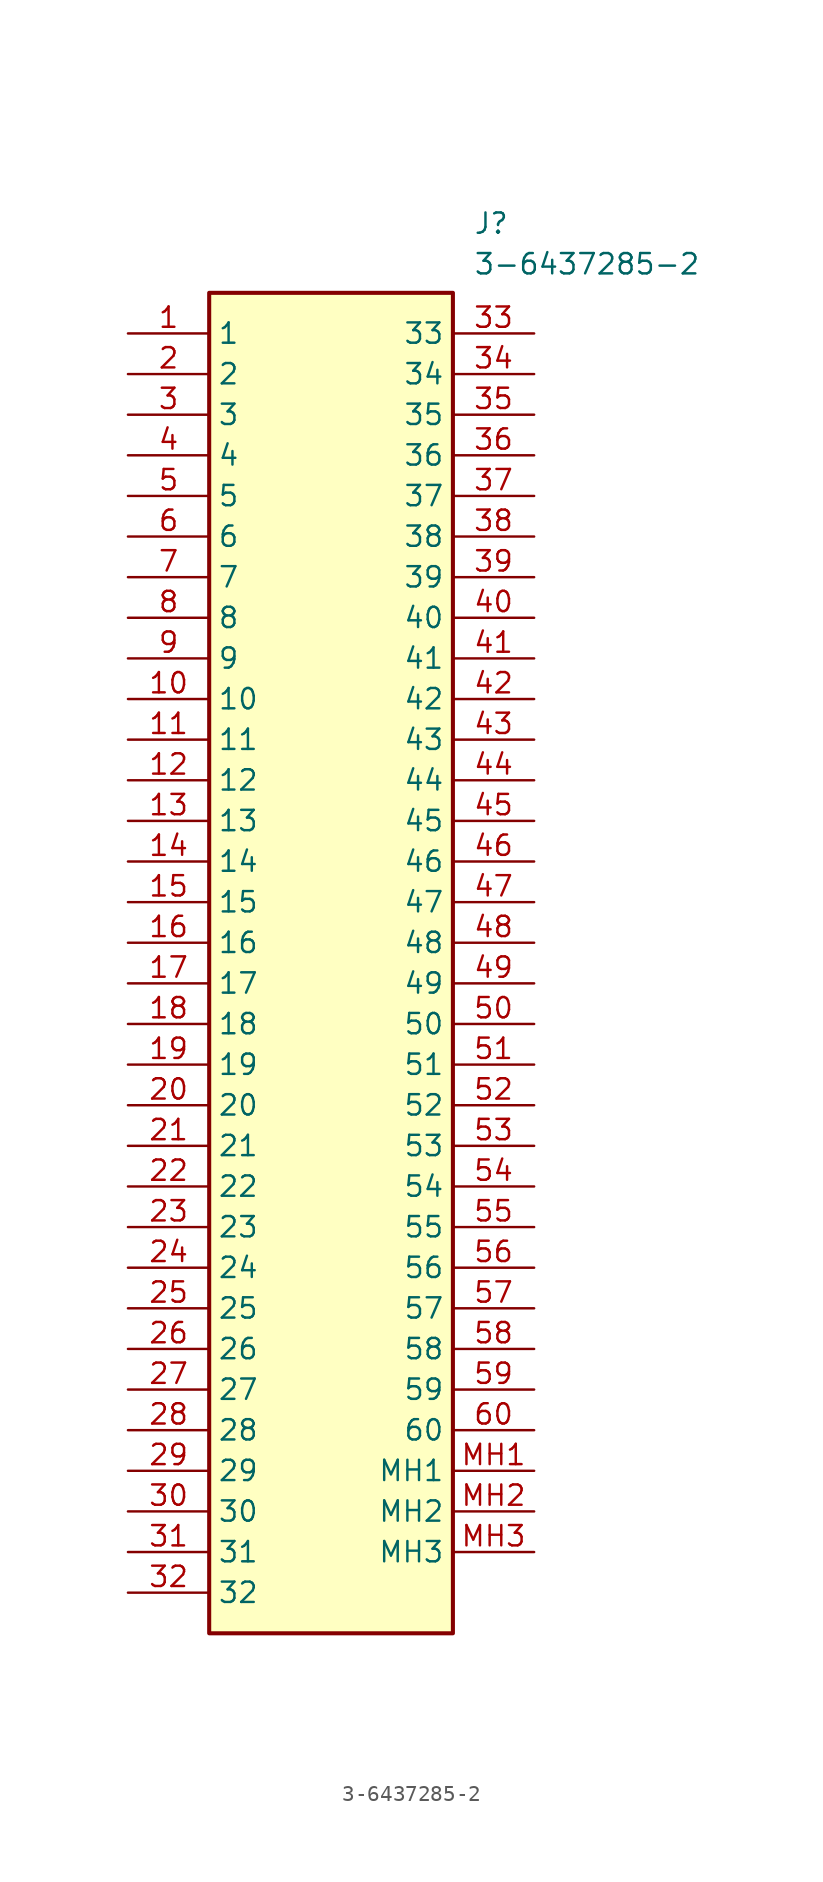
<source format=kicad_sym>
(kicad_symbol_lib
  (version 20211014)
  (generator SamacSys_ECAD_Model)
  (symbol "3-6437285-2"
    (property "Reference" "J"
      (at 21.59 7.62 0)
      (effects (font (size 1.27 1.27)) (justify left top)))
    (property "Value" "3-6437285-2"
      (at 21.59 5.08 0)
      (effects (font (size 1.27 1.27)) (justify left top)))
    (rectangle
      (start 5.08 2.54)
      (end 20.32 -81.28)
      (stroke (width 0.254) (type default))
      (fill (type background)))
    (pin passive line
      (at 0 0 0)
      (length 5.08)
      (name "1" (effects (font (size 1.27 1.27))))
      (number "1" (effects (font (size 1.27 1.27)))))
    (pin passive line
      (at 0 -2.54 0)
      (length 5.08)
      (name "2" (effects (font (size 1.27 1.27))))
      (number "2" (effects (font (size 1.27 1.27)))))
    (pin passive line
      (at 0 -5.08 0)
      (length 5.08)
      (name "3" (effects (font (size 1.27 1.27))))
      (number "3" (effects (font (size 1.27 1.27)))))
    (pin passive line
      (at 0 -7.62 0)
      (length 5.08)
      (name "4" (effects (font (size 1.27 1.27))))
      (number "4" (effects (font (size 1.27 1.27)))))
    (pin passive line
      (at 0 -10.16 0)
      (length 5.08)
      (name "5" (effects (font (size 1.27 1.27))))
      (number "5" (effects (font (size 1.27 1.27)))))
    (pin passive line
      (at 0 -12.7 0)
      (length 5.08)
      (name "6" (effects (font (size 1.27 1.27))))
      (number "6" (effects (font (size 1.27 1.27)))))
    (pin passive line
      (at 0 -15.24 0)
      (length 5.08)
      (name "7" (effects (font (size 1.27 1.27))))
      (number "7" (effects (font (size 1.27 1.27)))))
    (pin passive line
      (at 0 -17.78 0)
      (length 5.08)
      (name "8" (effects (font (size 1.27 1.27))))
      (number "8" (effects (font (size 1.27 1.27)))))
    (pin passive line
      (at 0 -20.32 0)
      (length 5.08)
      (name "9" (effects (font (size 1.27 1.27))))
      (number "9" (effects (font (size 1.27 1.27)))))
    (pin passive line
      (at 0 -22.86 0)
      (length 5.08)
      (name "10" (effects (font (size 1.27 1.27))))
      (number "10" (effects (font (size 1.27 1.27)))))
    (pin passive line
      (at 0 -25.4 0)
      (length 5.08)
      (name "11" (effects (font (size 1.27 1.27))))
      (number "11" (effects (font (size 1.27 1.27)))))
    (pin passive line
      (at 0 -27.94 0)
      (length 5.08)
      (name "12" (effects (font (size 1.27 1.27))))
      (number "12" (effects (font (size 1.27 1.27)))))
    (pin passive line
      (at 0 -30.48 0)
      (length 5.08)
      (name "13" (effects (font (size 1.27 1.27))))
      (number "13" (effects (font (size 1.27 1.27)))))
    (pin passive line
      (at 0 -33.02 0)
      (length 5.08)
      (name "14" (effects (font (size 1.27 1.27))))
      (number "14" (effects (font (size 1.27 1.27)))))
    (pin passive line
      (at 0 -35.56 0)
      (length 5.08)
      (name "15" (effects (font (size 1.27 1.27))))
      (number "15" (effects (font (size 1.27 1.27)))))
    (pin passive line
      (at 0 -38.1 0)
      (length 5.08)
      (name "16" (effects (font (size 1.27 1.27))))
      (number "16" (effects (font (size 1.27 1.27)))))
    (pin passive line
      (at 0 -40.64 0)
      (length 5.08)
      (name "17" (effects (font (size 1.27 1.27))))
      (number "17" (effects (font (size 1.27 1.27)))))
    (pin passive line
      (at 0 -43.18 0)
      (length 5.08)
      (name "18" (effects (font (size 1.27 1.27))))
      (number "18" (effects (font (size 1.27 1.27)))))
    (pin passive line
      (at 0 -45.72 0)
      (length 5.08)
      (name "19" (effects (font (size 1.27 1.27))))
      (number "19" (effects (font (size 1.27 1.27)))))
    (pin passive line
      (at 0 -48.26 0)
      (length 5.08)
      (name "20" (effects (font (size 1.27 1.27))))
      (number "20" (effects (font (size 1.27 1.27)))))
    (pin passive line
      (at 0 -50.8 0)
      (length 5.08)
      (name "21" (effects (font (size 1.27 1.27))))
      (number "21" (effects (font (size 1.27 1.27)))))
    (pin passive line
      (at 0 -53.34 0)
      (length 5.08)
      (name "22" (effects (font (size 1.27 1.27))))
      (number "22" (effects (font (size 1.27 1.27)))))
    (pin passive line
      (at 0 -55.88 0)
      (length 5.08)
      (name "23" (effects (font (size 1.27 1.27))))
      (number "23" (effects (font (size 1.27 1.27)))))
    (pin passive line
      (at 0 -58.42 0)
      (length 5.08)
      (name "24" (effects (font (size 1.27 1.27))))
      (number "24" (effects (font (size 1.27 1.27)))))
    (pin passive line
      (at 0 -60.96 0)
      (length 5.08)
      (name "25" (effects (font (size 1.27 1.27))))
      (number "25" (effects (font (size 1.27 1.27)))))
    (pin passive line
      (at 0 -63.5 0)
      (length 5.08)
      (name "26" (effects (font (size 1.27 1.27))))
      (number "26" (effects (font (size 1.27 1.27)))))
    (pin passive line
      (at 0 -66.04 0)
      (length 5.08)
      (name "27" (effects (font (size 1.27 1.27))))
      (number "27" (effects (font (size 1.27 1.27)))))
    (pin passive line
      (at 0 -68.58 0)
      (length 5.08)
      (name "28" (effects (font (size 1.27 1.27))))
      (number "28" (effects (font (size 1.27 1.27)))))
    (pin passive line
      (at 0 -71.12 0)
      (length 5.08)
      (name "29" (effects (font (size 1.27 1.27))))
      (number "29" (effects (font (size 1.27 1.27)))))
    (pin passive line
      (at 0 -73.66 0)
      (length 5.08)
      (name "30" (effects (font (size 1.27 1.27))))
      (number "30" (effects (font (size 1.27 1.27)))))
    (pin passive line
      (at 0 -76.2 0)
      (length 5.08)
      (name "31" (effects (font (size 1.27 1.27))))
      (number "31" (effects (font (size 1.27 1.27)))))
    (pin passive line
      (at 0 -78.74 0)
      (length 5.08)
      (name "32" (effects (font (size 1.27 1.27))))
      (number "32" (effects (font (size 1.27 1.27)))))
    (pin passive line
      (at 25.4 0 180)
      (length 5.08)
      (name "33" (effects (font (size 1.27 1.27))))
      (number "33" (effects (font (size 1.27 1.27)))))
    (pin passive line
      (at 25.4 -2.54 180)
      (length 5.08)
      (name "34" (effects (font (size 1.27 1.27))))
      (number "34" (effects (font (size 1.27 1.27)))))
    (pin passive line
      (at 25.4 -5.08 180)
      (length 5.08)
      (name "35" (effects (font (size 1.27 1.27))))
      (number "35" (effects (font (size 1.27 1.27)))))
    (pin passive line
      (at 25.4 -7.62 180)
      (length 5.08)
      (name "36" (effects (font (size 1.27 1.27))))
      (number "36" (effects (font (size 1.27 1.27)))))
    (pin passive line
      (at 25.4 -10.16 180)
      (length 5.08)
      (name "37" (effects (font (size 1.27 1.27))))
      (number "37" (effects (font (size 1.27 1.27)))))
    (pin passive line
      (at 25.4 -12.7 180)
      (length 5.08)
      (name "38" (effects (font (size 1.27 1.27))))
      (number "38" (effects (font (size 1.27 1.27)))))
    (pin passive line
      (at 25.4 -15.24 180)
      (length 5.08)
      (name "39" (effects (font (size 1.27 1.27))))
      (number "39" (effects (font (size 1.27 1.27)))))
    (pin passive line
      (at 25.4 -17.78 180)
      (length 5.08)
      (name "40" (effects (font (size 1.27 1.27))))
      (number "40" (effects (font (size 1.27 1.27)))))
    (pin passive line
      (at 25.4 -20.32 180)
      (length 5.08)
      (name "41" (effects (font (size 1.27 1.27))))
      (number "41" (effects (font (size 1.27 1.27)))))
    (pin passive line
      (at 25.4 -22.86 180)
      (length 5.08)
      (name "42" (effects (font (size 1.27 1.27))))
      (number "42" (effects (font (size 1.27 1.27)))))
    (pin passive line
      (at 25.4 -25.4 180)
      (length 5.08)
      (name "43" (effects (font (size 1.27 1.27))))
      (number "43" (effects (font (size 1.27 1.27)))))
    (pin passive line
      (at 25.4 -27.94 180)
      (length 5.08)
      (name "44" (effects (font (size 1.27 1.27))))
      (number "44" (effects (font (size 1.27 1.27)))))
    (pin passive line
      (at 25.4 -30.48 180)
      (length 5.08)
      (name "45" (effects (font (size 1.27 1.27))))
      (number "45" (effects (font (size 1.27 1.27)))))
    (pin passive line
      (at 25.4 -33.02 180)
      (length 5.08)
      (name "46" (effects (font (size 1.27 1.27))))
      (number "46" (effects (font (size 1.27 1.27)))))
    (pin passive line
      (at 25.4 -35.56 180)
      (length 5.08)
      (name "47" (effects (font (size 1.27 1.27))))
      (number "47" (effects (font (size 1.27 1.27)))))
    (pin passive line
      (at 25.4 -38.1 180)
      (length 5.08)
      (name "48" (effects (font (size 1.27 1.27))))
      (number "48" (effects (font (size 1.27 1.27)))))
    (pin passive line
      (at 25.4 -40.64 180)
      (length 5.08)
      (name "49" (effects (font (size 1.27 1.27))))
      (number "49" (effects (font (size 1.27 1.27)))))
    (pin passive line
      (at 25.4 -43.18 180)
      (length 5.08)
      (name "50" (effects (font (size 1.27 1.27))))
      (number "50" (effects (font (size 1.27 1.27)))))
    (pin passive line
      (at 25.4 -45.72 180)
      (length 5.08)
      (name "51" (effects (font (size 1.27 1.27))))
      (number "51" (effects (font (size 1.27 1.27)))))
    (pin passive line
      (at 25.4 -48.26 180)
      (length 5.08)
      (name "52" (effects (font (size 1.27 1.27))))
      (number "52" (effects (font (size 1.27 1.27)))))
    (pin passive line
      (at 25.4 -50.8 180)
      (length 5.08)
      (name "53" (effects (font (size 1.27 1.27))))
      (number "53" (effects (font (size 1.27 1.27)))))
    (pin passive line
      (at 25.4 -53.34 180)
      (length 5.08)
      (name "54" (effects (font (size 1.27 1.27))))
      (number "54" (effects (font (size 1.27 1.27)))))
    (pin passive line
      (at 25.4 -55.88 180)
      (length 5.08)
      (name "55" (effects (font (size 1.27 1.27))))
      (number "55" (effects (font (size 1.27 1.27)))))
    (pin passive line
      (at 25.4 -58.42 180)
      (length 5.08)
      (name "56" (effects (font (size 1.27 1.27))))
      (number "56" (effects (font (size 1.27 1.27)))))
    (pin passive line
      (at 25.4 -60.96 180)
      (length 5.08)
      (name "57" (effects (font (size 1.27 1.27))))
      (number "57" (effects (font (size 1.27 1.27)))))
    (pin passive line
      (at 25.4 -63.5 180)
      (length 5.08)
      (name "58" (effects (font (size 1.27 1.27))))
      (number "58" (effects (font (size 1.27 1.27)))))
    (pin passive line
      (at 25.4 -66.04 180)
      (length 5.08)
      (name "59" (effects (font (size 1.27 1.27))))
      (number "59" (effects (font (size 1.27 1.27)))))
    (pin passive line
      (at 25.4 -68.58 180)
      (length 5.08)
      (name "60" (effects (font (size 1.27 1.27))))
      (number "60" (effects (font (size 1.27 1.27)))))
    (pin passive line
      (at 25.4 -71.12 180)
      (length 5.08)
      (name "MH1" (effects (font (size 1.27 1.27))))
      (number "MH1" (effects (font (size 1.27 1.27)))))
    (pin passive line
      (at 25.4 -73.66 180)
      (length 5.08)
      (name "MH2" (effects (font (size 1.27 1.27))))
      (number "MH2" (effects (font (size 1.27 1.27)))))
    (pin passive line
      (at 25.4 -76.2 180)
      (length 5.08)
      (name "MH3" (effects (font (size 1.27 1.27))))
      (number "MH3" (effects (font (size 1.27 1.27)))))))
</source>
